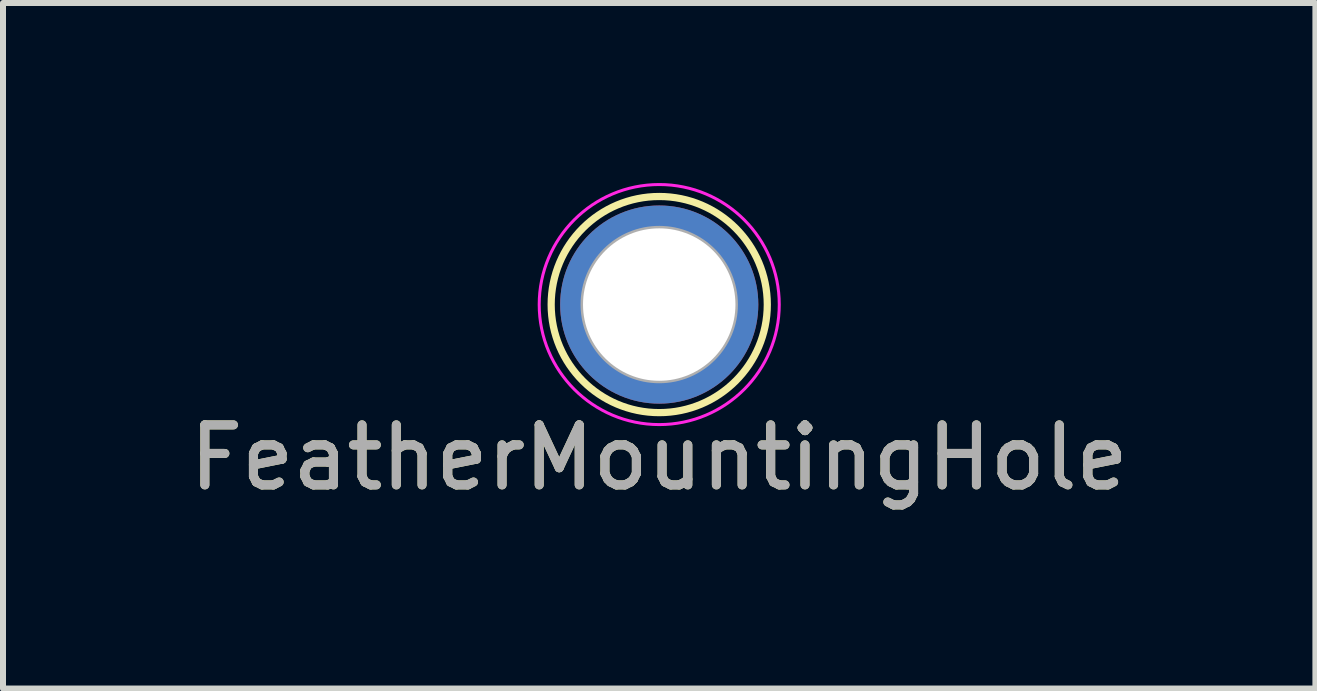
<source format=kicad_pcb>
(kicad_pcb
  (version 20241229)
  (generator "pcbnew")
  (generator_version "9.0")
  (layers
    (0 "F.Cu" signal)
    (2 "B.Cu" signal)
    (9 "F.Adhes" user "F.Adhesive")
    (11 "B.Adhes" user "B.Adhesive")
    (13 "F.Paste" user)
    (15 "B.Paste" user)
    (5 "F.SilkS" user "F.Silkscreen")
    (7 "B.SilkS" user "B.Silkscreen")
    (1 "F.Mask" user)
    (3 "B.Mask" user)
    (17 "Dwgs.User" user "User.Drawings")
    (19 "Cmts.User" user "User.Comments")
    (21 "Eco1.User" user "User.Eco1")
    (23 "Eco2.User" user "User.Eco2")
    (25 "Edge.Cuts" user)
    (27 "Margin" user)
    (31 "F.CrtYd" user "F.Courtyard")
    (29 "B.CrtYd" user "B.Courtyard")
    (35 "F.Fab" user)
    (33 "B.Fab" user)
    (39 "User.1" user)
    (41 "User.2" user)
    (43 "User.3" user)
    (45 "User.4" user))
  (footprint "FeatherMountingHole"
    (layer "F.Cu")
    (at 7.935 2.025)
    (property "Reference" "FeatherMountingHole" (at 0 2.55 0) (layer "F.SilkS") (effects (font (size 1 1) (thickness 0.15))))
    (attr through_hole)
    (fp_circle (center 0 0) (end 1.8 0.05) (stroke (width 0.12) (type solid)) (fill no) (layer "F.SilkS"))
    (fp_circle (center 0 0) (end 2 0) (stroke (width 0.05) (type solid)) (fill no) (layer "F.CrtYd"))
    (fp_circle (center 0 0) (end 0.65 -0.05) (stroke (width 0.12) (type solid)) (fill no) (layer "F.Fab"))
    (fp_circle (center 0 0) (end 1.25 -0.05) (stroke (width 0.12) (type solid)) (fill no) (layer "F.Fab"))
    (fp_text user "${REFERENCE}" (at 0 2.55 0) (layer "F.Fab") (effects (font (size 1 1) (thickness 0.15))))
    (pad "" np_thru_hole circle (at 0 0) (size 3.302 3.302) (drill 2.54) (layers "*.Cu" "*.Mask")))
  (gr_rect
    (start -3 -3)
    (end 18.869 8.423)
    (stroke (width 0.1) (type default))
    (fill no)
    (layer "Edge.Cuts")))
</source>
